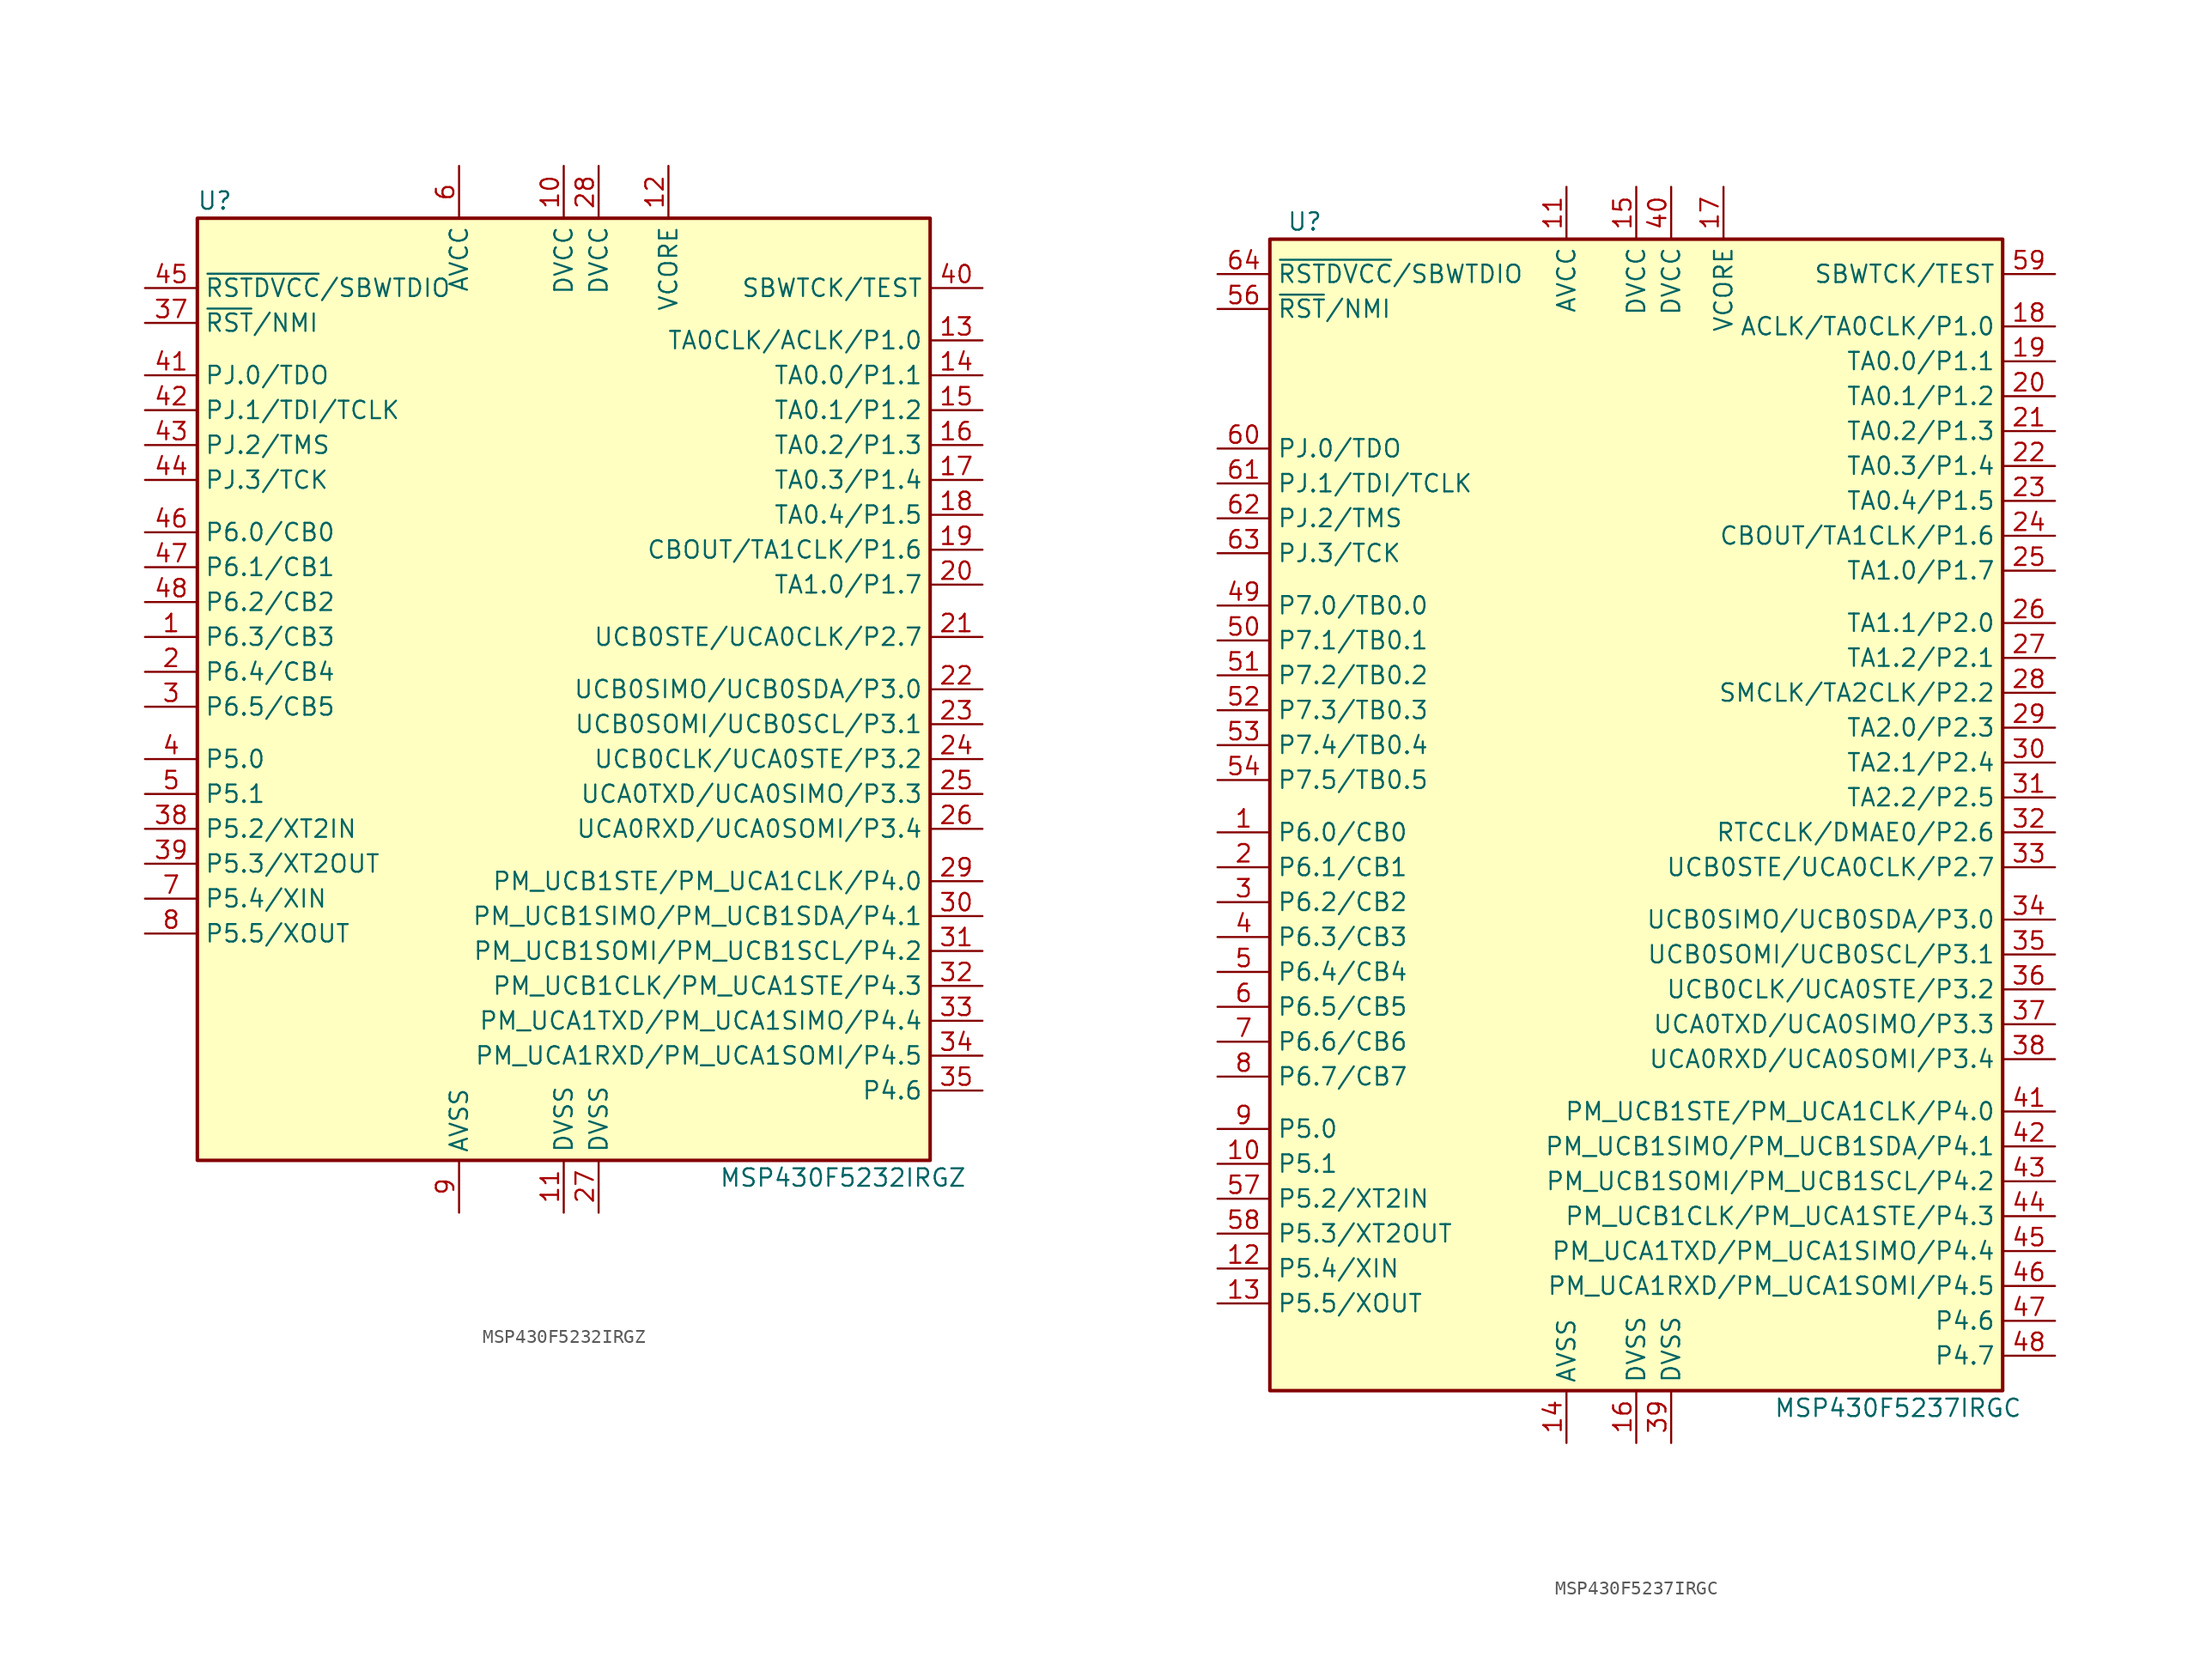
<source format=kicad_sym>
(kicad_symbol_lib
  (version 20241209)
  (generator "kicad_symbol_editor")
  (generator_version "9.0")
  (symbol "MSP430F5232IRGZ"
    (property "Reference" "U"
      (at -25.4 35.56 0)
      (effects (font (size 1.27 1.27))))
    (property "Value" "MSP430F5232IRGZ"
      (at 20.32 -35.56 0)
      (effects (font (size 1.27 1.27))))
    (symbol "MSP430F5232IRGZ_0_1"
      (rectangle (start -26.67 34.29) (end 26.67 -34.29) (stroke (width 0.254) (type default)) (fill (type background))))
    (symbol "MSP430F5232IRGZ_1_1"
      (pin bidirectional line (at -30.48 29.21 0) (length 3.81) (name "~{RSTDVCC}/SBWTDIO" (effects (font (size 1.27 1.27)))) (number "45" (effects (font (size 1.27 1.27)))))
      (pin input line (at -30.48 26.67 0) (length 3.81) (name "~{RST}/NMI" (effects (font (size 1.27 1.27)))) (number "37" (effects (font (size 1.27 1.27)))))
      (pin bidirectional line (at -30.48 22.86 0) (length 3.81) (name "PJ.0/TDO" (effects (font (size 1.27 1.27)))) (number "41" (effects (font (size 1.27 1.27)))))
      (pin bidirectional line (at -30.48 20.32 0) (length 3.81) (name "PJ.1/TDI/TCLK" (effects (font (size 1.27 1.27)))) (number "42" (effects (font (size 1.27 1.27)))))
      (pin bidirectional line (at -30.48 17.78 0) (length 3.81) (name "PJ.2/TMS" (effects (font (size 1.27 1.27)))) (number "43" (effects (font (size 1.27 1.27)))))
      (pin bidirectional line (at -30.48 15.24 0) (length 3.81) (name "PJ.3/TCK" (effects (font (size 1.27 1.27)))) (number "44" (effects (font (size 1.27 1.27)))))
      (pin bidirectional line (at -30.48 11.43 0) (length 3.81) (name "P6.0/CB0" (effects (font (size 1.27 1.27)))) (number "46" (effects (font (size 1.27 1.27)))))
      (pin bidirectional line (at -30.48 8.89 0) (length 3.81) (name "P6.1/CB1" (effects (font (size 1.27 1.27)))) (number "47" (effects (font (size 1.27 1.27)))))
      (pin bidirectional line (at -30.48 6.35 0) (length 3.81) (name "P6.2/CB2" (effects (font (size 1.27 1.27)))) (number "48" (effects (font (size 1.27 1.27)))))
      (pin bidirectional line (at -30.48 3.81 0) (length 3.81) (name "P6.3/CB3" (effects (font (size 1.27 1.27)))) (number "1" (effects (font (size 1.27 1.27)))))
      (pin bidirectional line (at -30.48 1.27 0) (length 3.81) (name "P6.4/CB4" (effects (font (size 1.27 1.27)))) (number "2" (effects (font (size 1.27 1.27)))))
      (pin bidirectional line (at -30.48 -1.27 0) (length 3.81) (name "P6.5/CB5" (effects (font (size 1.27 1.27)))) (number "3" (effects (font (size 1.27 1.27)))))
      (pin bidirectional line (at -30.48 -5.08 0) (length 3.81) (name "P5.0" (effects (font (size 1.27 1.27)))) (number "4" (effects (font (size 1.27 1.27)))))
      (pin bidirectional line (at -30.48 -7.62 0) (length 3.81) (name "P5.1" (effects (font (size 1.27 1.27)))) (number "5" (effects (font (size 1.27 1.27)))))
      (pin bidirectional line (at -30.48 -10.16 0) (length 3.81) (name "P5.2/XT2IN" (effects (font (size 1.27 1.27)))) (number "38" (effects (font (size 1.27 1.27)))))
      (pin bidirectional line (at -30.48 -12.7 0) (length 3.81) (name "P5.3/XT2OUT" (effects (font (size 1.27 1.27)))) (number "39" (effects (font (size 1.27 1.27)))))
      (pin bidirectional line (at -30.48 -15.24 0) (length 3.81) (name "P5.4/XIN" (effects (font (size 1.27 1.27)))) (number "7" (effects (font (size 1.27 1.27)))))
      (pin bidirectional line (at -30.48 -17.78 0) (length 3.81) (name "P5.5/XOUT" (effects (font (size 1.27 1.27)))) (number "8" (effects (font (size 1.27 1.27)))))
      (pin power_in line (at -7.62 38.1 270) (length 3.81) (name "AVCC" (effects (font (size 1.27 1.27)))) (number "6" (effects (font (size 1.27 1.27)))))
      (pin power_in line (at -7.62 -38.1 90) (length 3.81) (name "AVSS" (effects (font (size 1.27 1.27)))) (number "9" (effects (font (size 1.27 1.27)))))
      (pin power_in line (at 0 38.1 270) (length 3.81) (name "DVCC" (effects (font (size 1.27 1.27)))) (number "10" (effects (font (size 1.27 1.27)))))
      (pin power_in line (at 0 -38.1 90) (length 3.81) (name "DVSS" (effects (font (size 1.27 1.27)))) (number "11" (effects (font (size 1.27 1.27)))))
      (pin power_in line (at 2.54 38.1 270) (length 3.81) (name "DVCC" (effects (font (size 1.27 1.27)))) (number "28" (effects (font (size 1.27 1.27)))))
      (pin power_in line (at 2.54 -38.1 90) (length 3.81) (name "DVSS" (effects (font (size 1.27 1.27)))) (number "27" (effects (font (size 1.27 1.27)))))
      (pin passive line (at 7.62 38.1 270) (length 3.81) (name "VCORE" (effects (font (size 1.27 1.27)))) (number "12" (effects (font (size 1.27 1.27)))))
      (pin input line (at 30.48 29.21 180) (length 3.81) (name "SBWTCK/TEST" (effects (font (size 1.27 1.27)))) (number "40" (effects (font (size 1.27 1.27)))))
      (pin bidirectional line (at 30.48 25.4 180) (length 3.81) (name "TA0CLK/ACLK/P1.0" (effects (font (size 1.27 1.27)))) (number "13" (effects (font (size 1.27 1.27)))))
      (pin bidirectional line (at 30.48 22.86 180) (length 3.81) (name "TA0.0/P1.1" (effects (font (size 1.27 1.27)))) (number "14" (effects (font (size 1.27 1.27)))))
      (pin bidirectional line (at 30.48 20.32 180) (length 3.81) (name "TA0.1/P1.2" (effects (font (size 1.27 1.27)))) (number "15" (effects (font (size 1.27 1.27)))))
      (pin bidirectional line (at 30.48 17.78 180) (length 3.81) (name "TA0.2/P1.3" (effects (font (size 1.27 1.27)))) (number "16" (effects (font (size 1.27 1.27)))))
      (pin bidirectional line (at 30.48 15.24 180) (length 3.81) (name "TA0.3/P1.4" (effects (font (size 1.27 1.27)))) (number "17" (effects (font (size 1.27 1.27)))))
      (pin bidirectional line (at 30.48 12.7 180) (length 3.81) (name "TA0.4/P1.5" (effects (font (size 1.27 1.27)))) (number "18" (effects (font (size 1.27 1.27)))))
      (pin bidirectional line (at 30.48 10.16 180) (length 3.81) (name "CBOUT/TA1CLK/P1.6" (effects (font (size 1.27 1.27)))) (number "19" (effects (font (size 1.27 1.27)))))
      (pin bidirectional line (at 30.48 7.62 180) (length 3.81) (name "TA1.0/P1.7" (effects (font (size 1.27 1.27)))) (number "20" (effects (font (size 1.27 1.27)))))
      (pin bidirectional line (at 30.48 3.81 180) (length 3.81) (name "UCB0STE/UCA0CLK/P2.7" (effects (font (size 1.27 1.27)))) (number "21" (effects (font (size 1.27 1.27)))))
      (pin bidirectional line (at 30.48 0 180) (length 3.81) (name "UCB0SIMO/UCB0SDA/P3.0" (effects (font (size 1.27 1.27)))) (number "22" (effects (font (size 1.27 1.27)))))
      (pin bidirectional line (at 30.48 -2.54 180) (length 3.81) (name "UCB0SOMI/UCB0SCL/P3.1" (effects (font (size 1.27 1.27)))) (number "23" (effects (font (size 1.27 1.27)))))
      (pin bidirectional line (at 30.48 -5.08 180) (length 3.81) (name "UCB0CLK/UCA0STE/P3.2" (effects (font (size 1.27 1.27)))) (number "24" (effects (font (size 1.27 1.27)))))
      (pin bidirectional line (at 30.48 -7.62 180) (length 3.81) (name "UCA0TXD/UCA0SIMO/P3.3" (effects (font (size 1.27 1.27)))) (number "25" (effects (font (size 1.27 1.27)))))
      (pin bidirectional line (at 30.48 -10.16 180) (length 3.81) (name "UCA0RXD/UCA0SOMI/P3.4" (effects (font (size 1.27 1.27)))) (number "26" (effects (font (size 1.27 1.27)))))
      (pin bidirectional line (at 30.48 -13.97 180) (length 3.81) (name "PM_UCB1STE/PM_UCA1CLK/P4.0" (effects (font (size 1.27 1.27)))) (number "29" (effects (font (size 1.27 1.27)))))
      (pin bidirectional line (at 30.48 -16.51 180) (length 3.81) (name "PM_UCB1SIMO/PM_UCB1SDA/P4.1" (effects (font (size 1.27 1.27)))) (number "30" (effects (font (size 1.27 1.27)))))
      (pin bidirectional line (at 30.48 -19.05 180) (length 3.81) (name "PM_UCB1SOMI/PM_UCB1SCL/P4.2" (effects (font (size 1.27 1.27)))) (number "31" (effects (font (size 1.27 1.27)))))
      (pin bidirectional line (at 30.48 -21.59 180) (length 3.81) (name "PM_UCB1CLK/PM_UCA1STE/P4.3" (effects (font (size 1.27 1.27)))) (number "32" (effects (font (size 1.27 1.27)))))
      (pin bidirectional line (at 30.48 -24.13 180) (length 3.81) (name "PM_UCA1TXD/PM_UCA1SIMO/P4.4" (effects (font (size 1.27 1.27)))) (number "33" (effects (font (size 1.27 1.27)))))
      (pin bidirectional line (at 30.48 -26.67 180) (length 3.81) (name "PM_UCA1RXD/PM_UCA1SOMI/P4.5" (effects (font (size 1.27 1.27)))) (number "34" (effects (font (size 1.27 1.27)))))
      (pin bidirectional line (at 30.48 -29.21 180) (length 3.81) (name "P4.6" (effects (font (size 1.27 1.27)))) (number "35" (effects (font (size 1.27 1.27)))))))
  (symbol "MSP430F5237IRGC"
    (property "Reference" "U"
      (at -24.13 43.18 0)
      (effects (font (size 1.27 1.27))))
    (property "Value" "MSP430F5237IRGC"
      (at 19.05 -43.18 0)
      (effects (font (size 1.27 1.27))))
    (symbol "MSP430F5237IRGC_0_1"
      (rectangle (start -26.67 41.91) (end 26.67 -41.91) (stroke (width 0.254) (type default)) (fill (type background))))
    (symbol "MSP430F5237IRGC_1_1"
      (pin bidirectional line (at -30.48 39.37 0) (length 3.81) (name "~{RSTDVCC}/SBWTDIO" (effects (font (size 1.27 1.27)))) (number "64" (effects (font (size 1.27 1.27)))))
      (pin input line (at -30.48 36.83 0) (length 3.81) (name "~{RST}/NMI" (effects (font (size 1.27 1.27)))) (number "56" (effects (font (size 1.27 1.27)))))
      (pin bidirectional line (at -30.48 26.67 0) (length 3.81) (name "PJ.0/TDO" (effects (font (size 1.27 1.27)))) (number "60" (effects (font (size 1.27 1.27)))))
      (pin bidirectional line (at -30.48 24.13 0) (length 3.81) (name "PJ.1/TDI/TCLK" (effects (font (size 1.27 1.27)))) (number "61" (effects (font (size 1.27 1.27)))))
      (pin bidirectional line (at -30.48 21.59 0) (length 3.81) (name "PJ.2/TMS" (effects (font (size 1.27 1.27)))) (number "62" (effects (font (size 1.27 1.27)))))
      (pin bidirectional line (at -30.48 19.05 0) (length 3.81) (name "PJ.3/TCK" (effects (font (size 1.27 1.27)))) (number "63" (effects (font (size 1.27 1.27)))))
      (pin bidirectional line (at -30.48 15.24 0) (length 3.81) (name "P7.0/TB0.0" (effects (font (size 1.27 1.27)))) (number "49" (effects (font (size 1.27 1.27)))))
      (pin bidirectional line (at -30.48 12.7 0) (length 3.81) (name "P7.1/TB0.1" (effects (font (size 1.27 1.27)))) (number "50" (effects (font (size 1.27 1.27)))))
      (pin bidirectional line (at -30.48 10.16 0) (length 3.81) (name "P7.2/TB0.2" (effects (font (size 1.27 1.27)))) (number "51" (effects (font (size 1.27 1.27)))))
      (pin bidirectional line (at -30.48 7.62 0) (length 3.81) (name "P7.3/TB0.3" (effects (font (size 1.27 1.27)))) (number "52" (effects (font (size 1.27 1.27)))))
      (pin bidirectional line (at -30.48 5.08 0) (length 3.81) (name "P7.4/TB0.4" (effects (font (size 1.27 1.27)))) (number "53" (effects (font (size 1.27 1.27)))))
      (pin bidirectional line (at -30.48 2.54 0) (length 3.81) (name "P7.5/TB0.5" (effects (font (size 1.27 1.27)))) (number "54" (effects (font (size 1.27 1.27)))))
      (pin bidirectional line (at -30.48 -1.27 0) (length 3.81) (name "P6.0/CB0" (effects (font (size 1.27 1.27)))) (number "1" (effects (font (size 1.27 1.27)))))
      (pin bidirectional line (at -30.48 -3.81 0) (length 3.81) (name "P6.1/CB1" (effects (font (size 1.27 1.27)))) (number "2" (effects (font (size 1.27 1.27)))))
      (pin bidirectional line (at -30.48 -6.35 0) (length 3.81) (name "P6.2/CB2" (effects (font (size 1.27 1.27)))) (number "3" (effects (font (size 1.27 1.27)))))
      (pin bidirectional line (at -30.48 -8.89 0) (length 3.81) (name "P6.3/CB3" (effects (font (size 1.27 1.27)))) (number "4" (effects (font (size 1.27 1.27)))))
      (pin bidirectional line (at -30.48 -11.43 0) (length 3.81) (name "P6.4/CB4" (effects (font (size 1.27 1.27)))) (number "5" (effects (font (size 1.27 1.27)))))
      (pin bidirectional line (at -30.48 -13.97 0) (length 3.81) (name "P6.5/CB5" (effects (font (size 1.27 1.27)))) (number "6" (effects (font (size 1.27 1.27)))))
      (pin bidirectional line (at -30.48 -16.51 0) (length 3.81) (name "P6.6/CB6" (effects (font (size 1.27 1.27)))) (number "7" (effects (font (size 1.27 1.27)))))
      (pin bidirectional line (at -30.48 -19.05 0) (length 3.81) (name "P6.7/CB7" (effects (font (size 1.27 1.27)))) (number "8" (effects (font (size 1.27 1.27)))))
      (pin bidirectional line (at -30.48 -22.86 0) (length 3.81) (name "P5.0" (effects (font (size 1.27 1.27)))) (number "9" (effects (font (size 1.27 1.27)))))
      (pin bidirectional line (at -30.48 -25.4 0) (length 3.81) (name "P5.1" (effects (font (size 1.27 1.27)))) (number "10" (effects (font (size 1.27 1.27)))))
      (pin bidirectional line (at -30.48 -27.94 0) (length 3.81) (name "P5.2/XT2IN" (effects (font (size 1.27 1.27)))) (number "57" (effects (font (size 1.27 1.27)))))
      (pin bidirectional line (at -30.48 -30.48 0) (length 3.81) (name "P5.3/XT2OUT" (effects (font (size 1.27 1.27)))) (number "58" (effects (font (size 1.27 1.27)))))
      (pin bidirectional line (at -30.48 -33.02 0) (length 3.81) (name "P5.4/XIN" (effects (font (size 1.27 1.27)))) (number "12" (effects (font (size 1.27 1.27)))))
      (pin bidirectional line (at -30.48 -35.56 0) (length 3.81) (name "P5.5/XOUT" (effects (font (size 1.27 1.27)))) (number "13" (effects (font (size 1.27 1.27)))))
      (pin power_in line (at -5.08 45.72 270) (length 3.81) (name "AVCC" (effects (font (size 1.27 1.27)))) (number "11" (effects (font (size 1.27 1.27)))))
      (pin power_in line (at -5.08 -45.72 90) (length 3.81) (name "AVSS" (effects (font (size 1.27 1.27)))) (number "14" (effects (font (size 1.27 1.27)))))
      (pin power_in line (at 0 45.72 270) (length 3.81) (name "DVCC" (effects (font (size 1.27 1.27)))) (number "15" (effects (font (size 1.27 1.27)))))
      (pin power_in line (at 0 -45.72 90) (length 3.81) (name "DVSS" (effects (font (size 1.27 1.27)))) (number "16" (effects (font (size 1.27 1.27)))))
      (pin power_in line (at 2.54 45.72 270) (length 3.81) (name "DVCC" (effects (font (size 1.27 1.27)))) (number "40" (effects (font (size 1.27 1.27)))))
      (pin power_in line (at 2.54 -45.72 90) (length 3.81) (name "DVSS" (effects (font (size 1.27 1.27)))) (number "39" (effects (font (size 1.27 1.27)))))
      (pin power_in line (at 6.35 45.72 270) (length 3.81) (name "VCORE" (effects (font (size 1.27 1.27)))) (number "17" (effects (font (size 1.27 1.27)))))
      (pin input line (at 30.48 39.37 180) (length 3.81) (name "SBWTCK/TEST" (effects (font (size 1.27 1.27)))) (number "59" (effects (font (size 1.27 1.27)))))
      (pin bidirectional line (at 30.48 35.56 180) (length 3.81) (name "ACLK/TA0CLK/P1.0" (effects (font (size 1.27 1.27)))) (number "18" (effects (font (size 1.27 1.27)))))
      (pin bidirectional line (at 30.48 33.02 180) (length 3.81) (name "TA0.0/P1.1" (effects (font (size 1.27 1.27)))) (number "19" (effects (font (size 1.27 1.27)))))
      (pin bidirectional line (at 30.48 30.48 180) (length 3.81) (name "TA0.1/P1.2" (effects (font (size 1.27 1.27)))) (number "20" (effects (font (size 1.27 1.27)))))
      (pin bidirectional line (at 30.48 27.94 180) (length 3.81) (name "TA0.2/P1.3" (effects (font (size 1.27 1.27)))) (number "21" (effects (font (size 1.27 1.27)))))
      (pin bidirectional line (at 30.48 25.4 180) (length 3.81) (name "TA0.3/P1.4" (effects (font (size 1.27 1.27)))) (number "22" (effects (font (size 1.27 1.27)))))
      (pin bidirectional line (at 30.48 22.86 180) (length 3.81) (name "TA0.4/P1.5" (effects (font (size 1.27 1.27)))) (number "23" (effects (font (size 1.27 1.27)))))
      (pin bidirectional line (at 30.48 20.32 180) (length 3.81) (name "CBOUT/TA1CLK/P1.6" (effects (font (size 1.27 1.27)))) (number "24" (effects (font (size 1.27 1.27)))))
      (pin bidirectional line (at 30.48 17.78 180) (length 3.81) (name "TA1.0/P1.7" (effects (font (size 1.27 1.27)))) (number "25" (effects (font (size 1.27 1.27)))))
      (pin bidirectional line (at 30.48 13.97 180) (length 3.81) (name "TA1.1/P2.0" (effects (font (size 1.27 1.27)))) (number "26" (effects (font (size 1.27 1.27)))))
      (pin bidirectional line (at 30.48 11.43 180) (length 3.81) (name "TA1.2/P2.1" (effects (font (size 1.27 1.27)))) (number "27" (effects (font (size 1.27 1.27)))))
      (pin bidirectional line (at 30.48 8.89 180) (length 3.81) (name "SMCLK/TA2CLK/P2.2" (effects (font (size 1.27 1.27)))) (number "28" (effects (font (size 1.27 1.27)))))
      (pin bidirectional line (at 30.48 6.35 180) (length 3.81) (name "TA2.0/P2.3" (effects (font (size 1.27 1.27)))) (number "29" (effects (font (size 1.27 1.27)))))
      (pin bidirectional line (at 30.48 3.81 180) (length 3.81) (name "TA2.1/P2.4" (effects (font (size 1.27 1.27)))) (number "30" (effects (font (size 1.27 1.27)))))
      (pin bidirectional line (at 30.48 1.27 180) (length 3.81) (name "TA2.2/P2.5" (effects (font (size 1.27 1.27)))) (number "31" (effects (font (size 1.27 1.27)))))
      (pin bidirectional line (at 30.48 -1.27 180) (length 3.81) (name "RTCCLK/DMAE0/P2.6" (effects (font (size 1.27 1.27)))) (number "32" (effects (font (size 1.27 1.27)))))
      (pin bidirectional line (at 30.48 -3.81 180) (length 3.81) (name "UCB0STE/UCA0CLK/P2.7" (effects (font (size 1.27 1.27)))) (number "33" (effects (font (size 1.27 1.27)))))
      (pin bidirectional line (at 30.48 -7.62 180) (length 3.81) (name "UCB0SIMO/UCB0SDA/P3.0" (effects (font (size 1.27 1.27)))) (number "34" (effects (font (size 1.27 1.27)))))
      (pin bidirectional line (at 30.48 -10.16 180) (length 3.81) (name "UCB0SOMI/UCB0SCL/P3.1" (effects (font (size 1.27 1.27)))) (number "35" (effects (font (size 1.27 1.27)))))
      (pin bidirectional line (at 30.48 -12.7 180) (length 3.81) (name "UCB0CLK/UCA0STE/P3.2" (effects (font (size 1.27 1.27)))) (number "36" (effects (font (size 1.27 1.27)))))
      (pin bidirectional line (at 30.48 -15.24 180) (length 3.81) (name "UCA0TXD/UCA0SIMO/P3.3" (effects (font (size 1.27 1.27)))) (number "37" (effects (font (size 1.27 1.27)))))
      (pin bidirectional line (at 30.48 -17.78 180) (length 3.81) (name "UCA0RXD/UCA0SOMI/P3.4" (effects (font (size 1.27 1.27)))) (number "38" (effects (font (size 1.27 1.27)))))
      (pin bidirectional line (at 30.48 -21.59 180) (length 3.81) (name "PM_UCB1STE/PM_UCA1CLK/P4.0" (effects (font (size 1.27 1.27)))) (number "41" (effects (font (size 1.27 1.27)))))
      (pin bidirectional line (at 30.48 -24.13 180) (length 3.81) (name "PM_UCB1SIMO/PM_UCB1SDA/P4.1" (effects (font (size 1.27 1.27)))) (number "42" (effects (font (size 1.27 1.27)))))
      (pin bidirectional line (at 30.48 -26.67 180) (length 3.81) (name "PM_UCB1SOMI/PM_UCB1SCL/P4.2" (effects (font (size 1.27 1.27)))) (number "43" (effects (font (size 1.27 1.27)))))
      (pin bidirectional line (at 30.48 -29.21 180) (length 3.81) (name "PM_UCB1CLK/PM_UCA1STE/P4.3" (effects (font (size 1.27 1.27)))) (number "44" (effects (font (size 1.27 1.27)))))
      (pin bidirectional line (at 30.48 -31.75 180) (length 3.81) (name "PM_UCA1TXD/PM_UCA1SIMO/P4.4" (effects (font (size 1.27 1.27)))) (number "45" (effects (font (size 1.27 1.27)))))
      (pin bidirectional line (at 30.48 -34.29 180) (length 3.81) (name "PM_UCA1RXD/PM_UCA1SOMI/P4.5" (effects (font (size 1.27 1.27)))) (number "46" (effects (font (size 1.27 1.27)))))
      (pin bidirectional line (at 30.48 -36.83 180) (length 3.81) (name "P4.6" (effects (font (size 1.27 1.27)))) (number "47" (effects (font (size 1.27 1.27)))))
      (pin bidirectional line (at 30.48 -39.37 180) (length 3.81) (name "P4.7" (effects (font (size 1.27 1.27)))) (number "48" (effects (font (size 1.27 1.27))))))))
</source>
